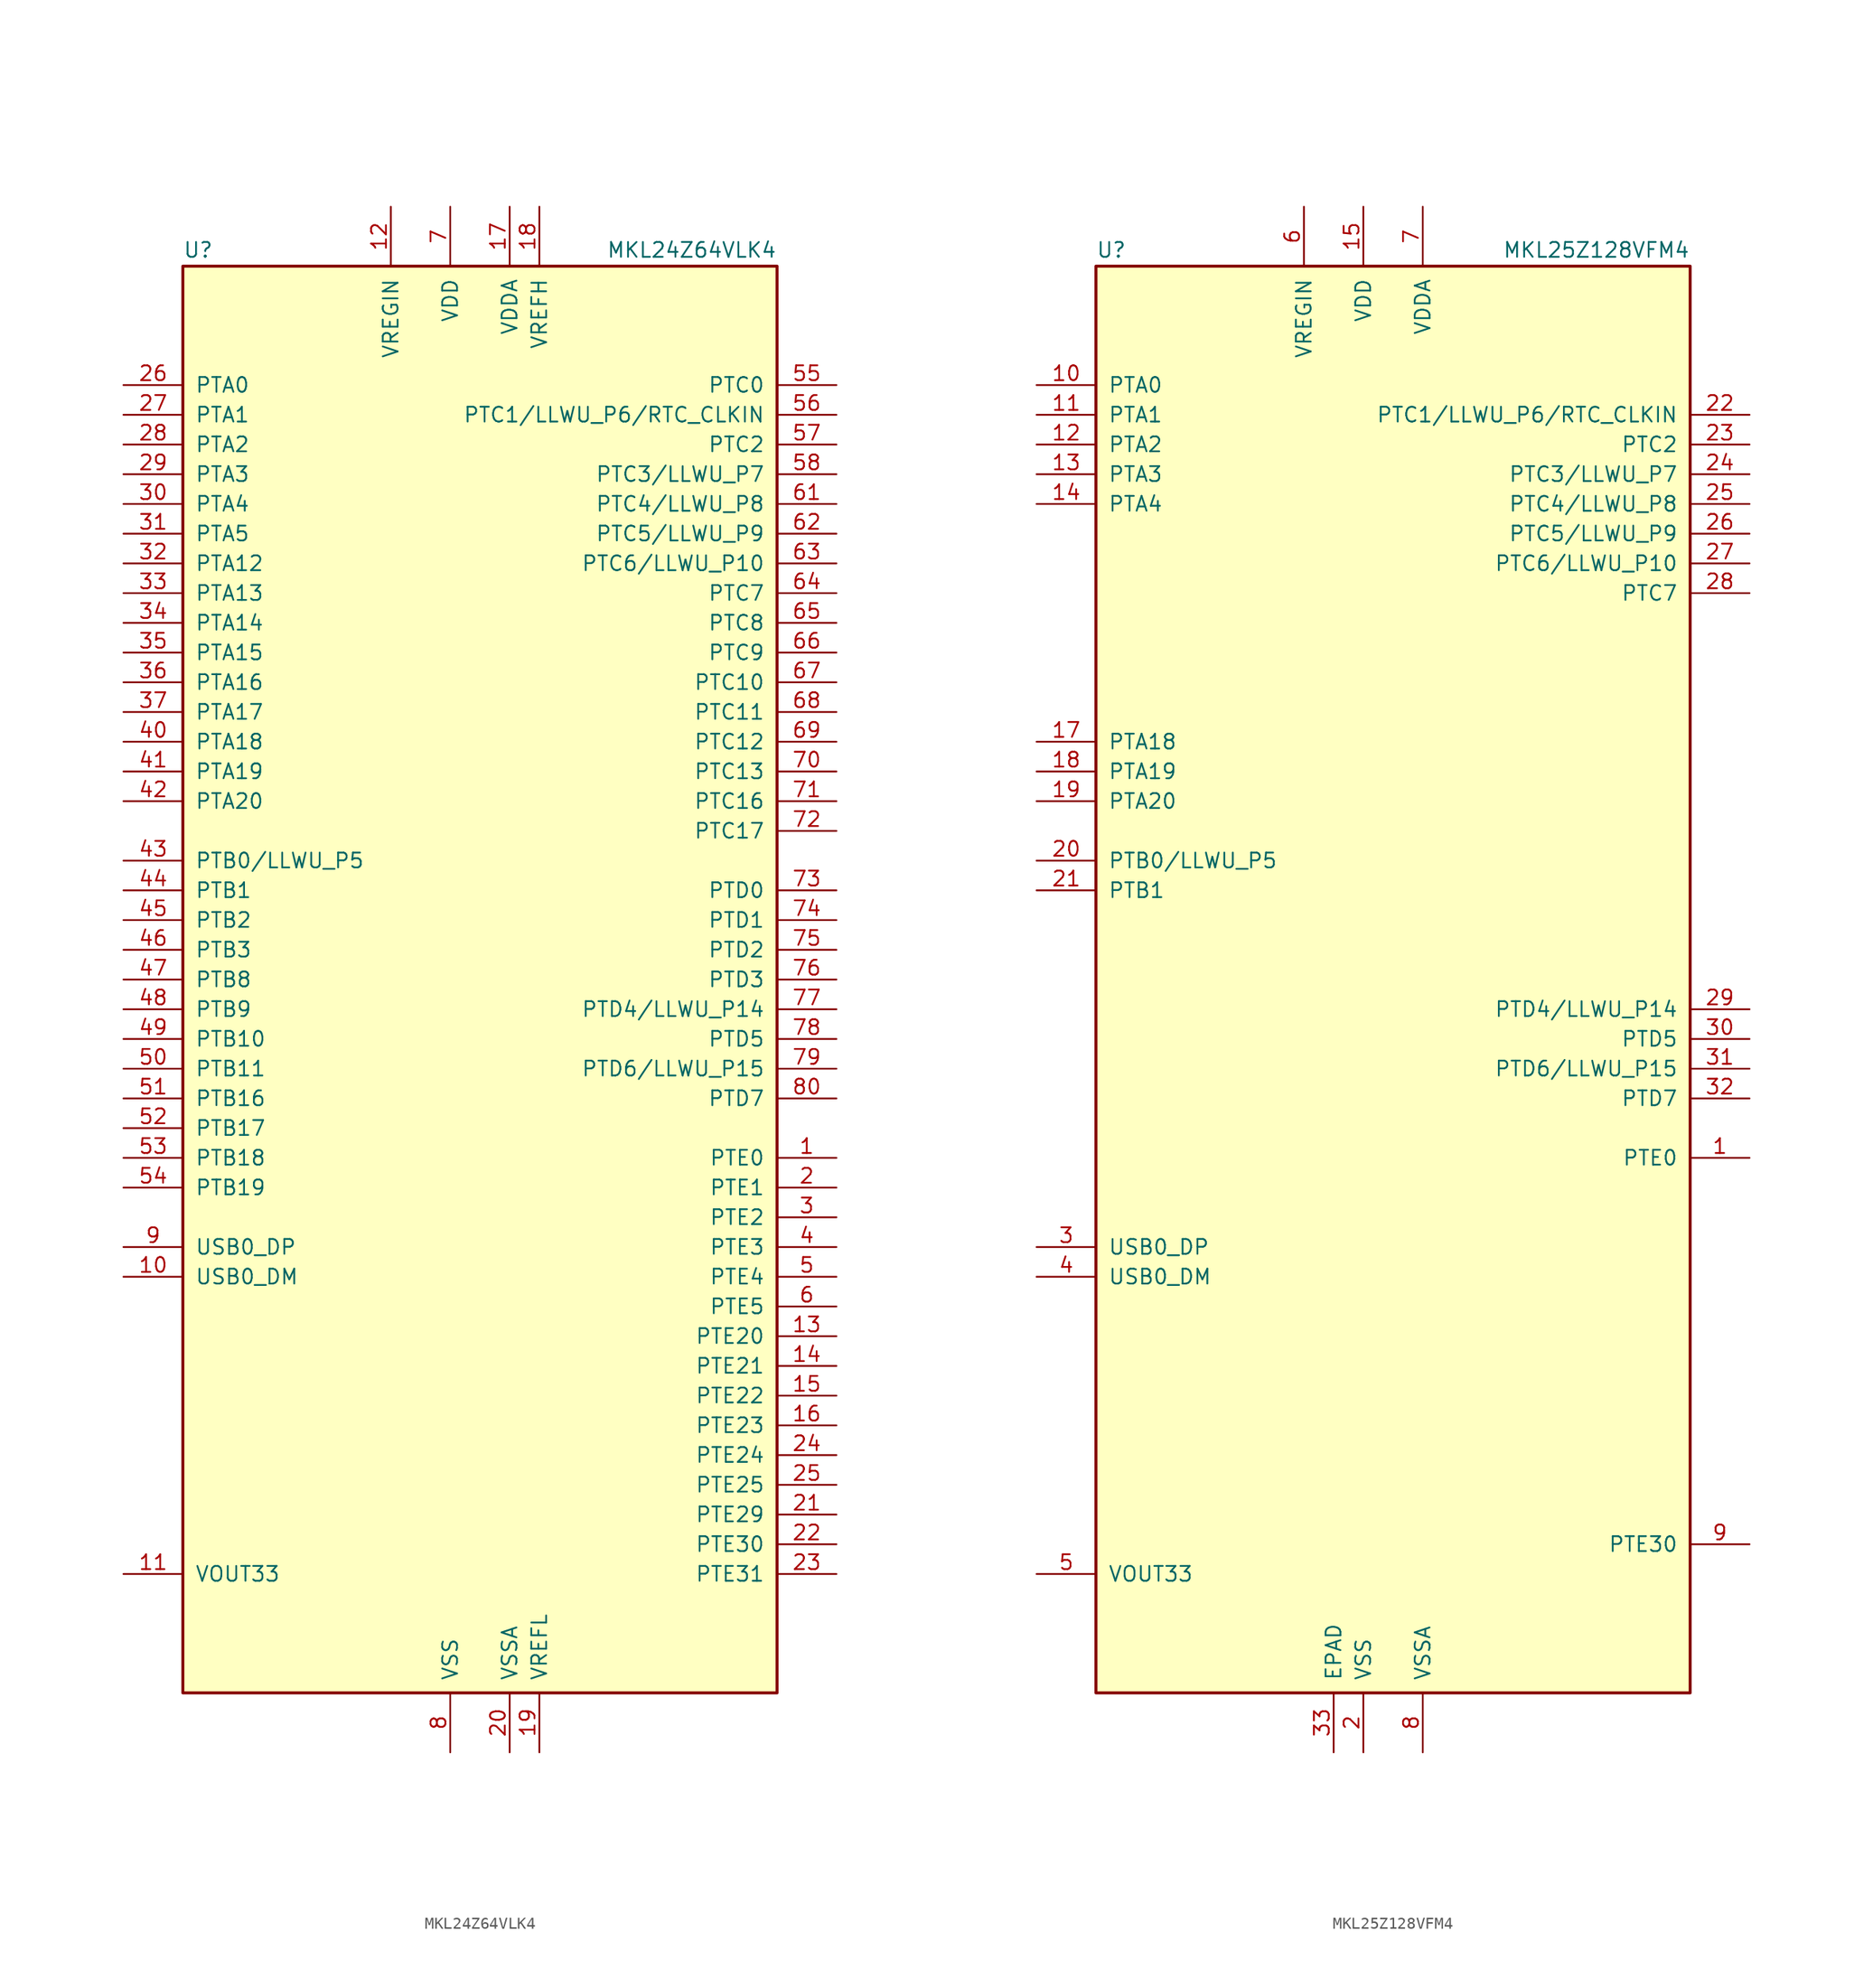
<source format=kicad_sym>
(kicad_symbol_lib
  (version 20241209)
  (generator "kicad_symbol_editor")
  (generator_version "9.0")
  (symbol "MKL24Z64VLK4"
    (pin_names
      (offset 1.016))
    (property "Reference" "U"
      (at -25.4 61.595 0)
      (effects (font (size 1.27 1.27)) (justify left bottom)))
    (property "Value" "MKL24Z64VLK4"
      (at 25.4 61.595 0)
      (effects (font (size 1.27 1.27)) (justify right bottom)))
    (symbol "MKL24Z64VLK4_0_1"
      (rectangle (start -25.4 60.96) (end 25.4 -60.96) (stroke (width 0.254) (type default)) (fill (type background))))
    (symbol "MKL24Z64VLK4_1_1"
      (pin bidirectional line (at -30.48 50.8 0) (length 5.08) (name "PTA0" (effects (font (size 1.27 1.27)))) (number "26" (effects (font (size 1.27 1.27)))))
      (pin bidirectional line (at -30.48 48.26 0) (length 5.08) (name "PTA1" (effects (font (size 1.27 1.27)))) (number "27" (effects (font (size 1.27 1.27)))))
      (pin bidirectional line (at -30.48 45.72 0) (length 5.08) (name "PTA2" (effects (font (size 1.27 1.27)))) (number "28" (effects (font (size 1.27 1.27)))))
      (pin bidirectional line (at -30.48 43.18 0) (length 5.08) (name "PTA3" (effects (font (size 1.27 1.27)))) (number "29" (effects (font (size 1.27 1.27)))))
      (pin bidirectional line (at -30.48 40.64 0) (length 5.08) (name "PTA4" (effects (font (size 1.27 1.27)))) (number "30" (effects (font (size 1.27 1.27)))))
      (pin bidirectional line (at -30.48 38.1 0) (length 5.08) (name "PTA5" (effects (font (size 1.27 1.27)))) (number "31" (effects (font (size 1.27 1.27)))))
      (pin bidirectional line (at -30.48 35.56 0) (length 5.08) (name "PTA12" (effects (font (size 1.27 1.27)))) (number "32" (effects (font (size 1.27 1.27)))))
      (pin bidirectional line (at -30.48 33.02 0) (length 5.08) (name "PTA13" (effects (font (size 1.27 1.27)))) (number "33" (effects (font (size 1.27 1.27)))))
      (pin bidirectional line (at -30.48 30.48 0) (length 5.08) (name "PTA14" (effects (font (size 1.27 1.27)))) (number "34" (effects (font (size 1.27 1.27)))))
      (pin bidirectional line (at -30.48 27.94 0) (length 5.08) (name "PTA15" (effects (font (size 1.27 1.27)))) (number "35" (effects (font (size 1.27 1.27)))))
      (pin bidirectional line (at -30.48 25.4 0) (length 5.08) (name "PTA16" (effects (font (size 1.27 1.27)))) (number "36" (effects (font (size 1.27 1.27)))))
      (pin bidirectional line (at -30.48 22.86 0) (length 5.08) (name "PTA17" (effects (font (size 1.27 1.27)))) (number "37" (effects (font (size 1.27 1.27)))))
      (pin bidirectional line (at -30.48 20.32 0) (length 5.08) (name "PTA18" (effects (font (size 1.27 1.27)))) (number "40" (effects (font (size 1.27 1.27)))))
      (pin bidirectional line (at -30.48 17.78 0) (length 5.08) (name "PTA19" (effects (font (size 1.27 1.27)))) (number "41" (effects (font (size 1.27 1.27)))))
      (pin bidirectional line (at -30.48 15.24 0) (length 5.08) (name "PTA20" (effects (font (size 1.27 1.27)))) (number "42" (effects (font (size 1.27 1.27)))))
      (pin bidirectional line (at -30.48 10.16 0) (length 5.08) (name "PTB0/LLWU_P5" (effects (font (size 1.27 1.27)))) (number "43" (effects (font (size 1.27 1.27)))))
      (pin bidirectional line (at -30.48 7.62 0) (length 5.08) (name "PTB1" (effects (font (size 1.27 1.27)))) (number "44" (effects (font (size 1.27 1.27)))))
      (pin bidirectional line (at -30.48 5.08 0) (length 5.08) (name "PTB2" (effects (font (size 1.27 1.27)))) (number "45" (effects (font (size 1.27 1.27)))))
      (pin bidirectional line (at -30.48 2.54 0) (length 5.08) (name "PTB3" (effects (font (size 1.27 1.27)))) (number "46" (effects (font (size 1.27 1.27)))))
      (pin bidirectional line (at -30.48 0 0) (length 5.08) (name "PTB8" (effects (font (size 1.27 1.27)))) (number "47" (effects (font (size 1.27 1.27)))))
      (pin bidirectional line (at -30.48 -2.54 0) (length 5.08) (name "PTB9" (effects (font (size 1.27 1.27)))) (number "48" (effects (font (size 1.27 1.27)))))
      (pin bidirectional line (at -30.48 -5.08 0) (length 5.08) (name "PTB10" (effects (font (size 1.27 1.27)))) (number "49" (effects (font (size 1.27 1.27)))))
      (pin bidirectional line (at -30.48 -7.62 0) (length 5.08) (name "PTB11" (effects (font (size 1.27 1.27)))) (number "50" (effects (font (size 1.27 1.27)))))
      (pin bidirectional line (at -30.48 -10.16 0) (length 5.08) (name "PTB16" (effects (font (size 1.27 1.27)))) (number "51" (effects (font (size 1.27 1.27)))))
      (pin bidirectional line (at -30.48 -12.7 0) (length 5.08) (name "PTB17" (effects (font (size 1.27 1.27)))) (number "52" (effects (font (size 1.27 1.27)))))
      (pin bidirectional line (at -30.48 -15.24 0) (length 5.08) (name "PTB18" (effects (font (size 1.27 1.27)))) (number "53" (effects (font (size 1.27 1.27)))))
      (pin bidirectional line (at -30.48 -17.78 0) (length 5.08) (name "PTB19" (effects (font (size 1.27 1.27)))) (number "54" (effects (font (size 1.27 1.27)))))
      (pin bidirectional line (at -30.48 -22.86 0) (length 5.08) (name "USB0_DP" (effects (font (size 1.27 1.27)))) (number "9" (effects (font (size 1.27 1.27)))))
      (pin bidirectional line (at -30.48 -25.4 0) (length 5.08) (name "USB0_DM" (effects (font (size 1.27 1.27)))) (number "10" (effects (font (size 1.27 1.27)))))
      (pin power_out line (at -30.48 -50.8 0) (length 5.08) (name "VOUT33" (effects (font (size 1.27 1.27)))) (number "11" (effects (font (size 1.27 1.27)))))
      (pin power_in line (at -7.62 66.04 270) (length 5.08) (name "VREGIN" (effects (font (size 1.27 1.27)))) (number "12" (effects (font (size 1.27 1.27)))))
      (pin passive line (at -2.54 66.04 270) (length 5.08) (hide yes) (name "VDD" (effects (font (size 1.27 1.27)))) (number "38" (effects (font (size 1.27 1.27)))))
      (pin passive line (at -2.54 66.04 270) (length 5.08) (hide yes) (name "VDD" (effects (font (size 1.27 1.27)))) (number "60" (effects (font (size 1.27 1.27)))))
      (pin power_in line (at -2.54 66.04 270) (length 5.08) (name "VDD" (effects (font (size 1.27 1.27)))) (number "7" (effects (font (size 1.27 1.27)))))
      (pin passive line (at -2.54 -66.04 90) (length 5.08) (hide yes) (name "VSS" (effects (font (size 1.27 1.27)))) (number "39" (effects (font (size 1.27 1.27)))))
      (pin passive line (at -2.54 -66.04 90) (length 5.08) (hide yes) (name "VSS" (effects (font (size 1.27 1.27)))) (number "59" (effects (font (size 1.27 1.27)))))
      (pin power_in line (at -2.54 -66.04 90) (length 5.08) (name "VSS" (effects (font (size 1.27 1.27)))) (number "8" (effects (font (size 1.27 1.27)))))
      (pin power_in line (at 2.54 66.04 270) (length 5.08) (name "VDDA" (effects (font (size 1.27 1.27)))) (number "17" (effects (font (size 1.27 1.27)))))
      (pin power_in line (at 2.54 -66.04 90) (length 5.08) (name "VSSA" (effects (font (size 1.27 1.27)))) (number "20" (effects (font (size 1.27 1.27)))))
      (pin power_in line (at 5.08 66.04 270) (length 5.08) (name "VREFH" (effects (font (size 1.27 1.27)))) (number "18" (effects (font (size 1.27 1.27)))))
      (pin power_in line (at 5.08 -66.04 90) (length 5.08) (name "VREFL" (effects (font (size 1.27 1.27)))) (number "19" (effects (font (size 1.27 1.27)))))
      (pin bidirectional line (at 30.48 50.8 180) (length 5.08) (name "PTC0" (effects (font (size 1.27 1.27)))) (number "55" (effects (font (size 1.27 1.27)))))
      (pin bidirectional line (at 30.48 48.26 180) (length 5.08) (name "PTC1/LLWU_P6/RTC_CLKIN" (effects (font (size 1.27 1.27)))) (number "56" (effects (font (size 1.27 1.27)))))
      (pin bidirectional line (at 30.48 45.72 180) (length 5.08) (name "PTC2" (effects (font (size 1.27 1.27)))) (number "57" (effects (font (size 1.27 1.27)))))
      (pin bidirectional line (at 30.48 43.18 180) (length 5.08) (name "PTC3/LLWU_P7" (effects (font (size 1.27 1.27)))) (number "58" (effects (font (size 1.27 1.27)))))
      (pin bidirectional line (at 30.48 40.64 180) (length 5.08) (name "PTC4/LLWU_P8" (effects (font (size 1.27 1.27)))) (number "61" (effects (font (size 1.27 1.27)))))
      (pin bidirectional line (at 30.48 38.1 180) (length 5.08) (name "PTC5/LLWU_P9" (effects (font (size 1.27 1.27)))) (number "62" (effects (font (size 1.27 1.27)))))
      (pin bidirectional line (at 30.48 35.56 180) (length 5.08) (name "PTC6/LLWU_P10" (effects (font (size 1.27 1.27)))) (number "63" (effects (font (size 1.27 1.27)))))
      (pin bidirectional line (at 30.48 33.02 180) (length 5.08) (name "PTC7" (effects (font (size 1.27 1.27)))) (number "64" (effects (font (size 1.27 1.27)))))
      (pin bidirectional line (at 30.48 30.48 180) (length 5.08) (name "PTC8" (effects (font (size 1.27 1.27)))) (number "65" (effects (font (size 1.27 1.27)))))
      (pin bidirectional line (at 30.48 27.94 180) (length 5.08) (name "PTC9" (effects (font (size 1.27 1.27)))) (number "66" (effects (font (size 1.27 1.27)))))
      (pin bidirectional line (at 30.48 25.4 180) (length 5.08) (name "PTC10" (effects (font (size 1.27 1.27)))) (number "67" (effects (font (size 1.27 1.27)))))
      (pin bidirectional line (at 30.48 22.86 180) (length 5.08) (name "PTC11" (effects (font (size 1.27 1.27)))) (number "68" (effects (font (size 1.27 1.27)))))
      (pin bidirectional line (at 30.48 20.32 180) (length 5.08) (name "PTC12" (effects (font (size 1.27 1.27)))) (number "69" (effects (font (size 1.27 1.27)))))
      (pin bidirectional line (at 30.48 17.78 180) (length 5.08) (name "PTC13" (effects (font (size 1.27 1.27)))) (number "70" (effects (font (size 1.27 1.27)))))
      (pin bidirectional line (at 30.48 15.24 180) (length 5.08) (name "PTC16" (effects (font (size 1.27 1.27)))) (number "71" (effects (font (size 1.27 1.27)))))
      (pin bidirectional line (at 30.48 12.7 180) (length 5.08) (name "PTC17" (effects (font (size 1.27 1.27)))) (number "72" (effects (font (size 1.27 1.27)))))
      (pin bidirectional line (at 30.48 7.62 180) (length 5.08) (name "PTD0" (effects (font (size 1.27 1.27)))) (number "73" (effects (font (size 1.27 1.27)))))
      (pin bidirectional line (at 30.48 5.08 180) (length 5.08) (name "PTD1" (effects (font (size 1.27 1.27)))) (number "74" (effects (font (size 1.27 1.27)))))
      (pin bidirectional line (at 30.48 2.54 180) (length 5.08) (name "PTD2" (effects (font (size 1.27 1.27)))) (number "75" (effects (font (size 1.27 1.27)))))
      (pin bidirectional line (at 30.48 0 180) (length 5.08) (name "PTD3" (effects (font (size 1.27 1.27)))) (number "76" (effects (font (size 1.27 1.27)))))
      (pin bidirectional line (at 30.48 -2.54 180) (length 5.08) (name "PTD4/LLWU_P14" (effects (font (size 1.27 1.27)))) (number "77" (effects (font (size 1.27 1.27)))))
      (pin bidirectional line (at 30.48 -5.08 180) (length 5.08) (name "PTD5" (effects (font (size 1.27 1.27)))) (number "78" (effects (font (size 1.27 1.27)))))
      (pin bidirectional line (at 30.48 -7.62 180) (length 5.08) (name "PTD6/LLWU_P15" (effects (font (size 1.27 1.27)))) (number "79" (effects (font (size 1.27 1.27)))))
      (pin bidirectional line (at 30.48 -10.16 180) (length 5.08) (name "PTD7" (effects (font (size 1.27 1.27)))) (number "80" (effects (font (size 1.27 1.27)))))
      (pin bidirectional line (at 30.48 -15.24 180) (length 5.08) (name "PTE0" (effects (font (size 1.27 1.27)))) (number "1" (effects (font (size 1.27 1.27)))))
      (pin bidirectional line (at 30.48 -17.78 180) (length 5.08) (name "PTE1" (effects (font (size 1.27 1.27)))) (number "2" (effects (font (size 1.27 1.27)))))
      (pin bidirectional line (at 30.48 -20.32 180) (length 5.08) (name "PTE2" (effects (font (size 1.27 1.27)))) (number "3" (effects (font (size 1.27 1.27)))))
      (pin bidirectional line (at 30.48 -22.86 180) (length 5.08) (name "PTE3" (effects (font (size 1.27 1.27)))) (number "4" (effects (font (size 1.27 1.27)))))
      (pin bidirectional line (at 30.48 -25.4 180) (length 5.08) (name "PTE4" (effects (font (size 1.27 1.27)))) (number "5" (effects (font (size 1.27 1.27)))))
      (pin bidirectional line (at 30.48 -27.94 180) (length 5.08) (name "PTE5" (effects (font (size 1.27 1.27)))) (number "6" (effects (font (size 1.27 1.27)))))
      (pin bidirectional line (at 30.48 -30.48 180) (length 5.08) (name "PTE20" (effects (font (size 1.27 1.27)))) (number "13" (effects (font (size 1.27 1.27)))))
      (pin bidirectional line (at 30.48 -33.02 180) (length 5.08) (name "PTE21" (effects (font (size 1.27 1.27)))) (number "14" (effects (font (size 1.27 1.27)))))
      (pin bidirectional line (at 30.48 -35.56 180) (length 5.08) (name "PTE22" (effects (font (size 1.27 1.27)))) (number "15" (effects (font (size 1.27 1.27)))))
      (pin bidirectional line (at 30.48 -38.1 180) (length 5.08) (name "PTE23" (effects (font (size 1.27 1.27)))) (number "16" (effects (font (size 1.27 1.27)))))
      (pin bidirectional line (at 30.48 -40.64 180) (length 5.08) (name "PTE24" (effects (font (size 1.27 1.27)))) (number "24" (effects (font (size 1.27 1.27)))))
      (pin bidirectional line (at 30.48 -43.18 180) (length 5.08) (name "PTE25" (effects (font (size 1.27 1.27)))) (number "25" (effects (font (size 1.27 1.27)))))
      (pin bidirectional line (at 30.48 -45.72 180) (length 5.08) (name "PTE29" (effects (font (size 1.27 1.27)))) (number "21" (effects (font (size 1.27 1.27)))))
      (pin bidirectional line (at 30.48 -48.26 180) (length 5.08) (name "PTE30" (effects (font (size 1.27 1.27)))) (number "22" (effects (font (size 1.27 1.27)))))
      (pin bidirectional line (at 30.48 -50.8 180) (length 5.08) (name "PTE31" (effects (font (size 1.27 1.27)))) (number "23" (effects (font (size 1.27 1.27)))))))
  (symbol "MKL25Z128VFM4"
    (pin_names
      (offset 1.016))
    (property "Reference" "U"
      (at -25.4 61.595 0)
      (effects (font (size 1.27 1.27)) (justify left bottom)))
    (property "Value" "MKL25Z128VFM4"
      (at 25.4 61.595 0)
      (effects (font (size 1.27 1.27)) (justify right bottom)))
    (symbol "MKL25Z128VFM4_0_1"
      (rectangle (start -25.4 60.96) (end 25.4 -60.96) (stroke (width 0.254) (type default)) (fill (type background))))
    (symbol "MKL25Z128VFM4_1_1"
      (pin bidirectional line (at -30.48 50.8 0) (length 5.08) (name "PTA0" (effects (font (size 1.27 1.27)))) (number "10" (effects (font (size 1.27 1.27)))))
      (pin bidirectional line (at -30.48 48.26 0) (length 5.08) (name "PTA1" (effects (font (size 1.27 1.27)))) (number "11" (effects (font (size 1.27 1.27)))))
      (pin bidirectional line (at -30.48 45.72 0) (length 5.08) (name "PTA2" (effects (font (size 1.27 1.27)))) (number "12" (effects (font (size 1.27 1.27)))))
      (pin bidirectional line (at -30.48 43.18 0) (length 5.08) (name "PTA3" (effects (font (size 1.27 1.27)))) (number "13" (effects (font (size 1.27 1.27)))))
      (pin bidirectional line (at -30.48 40.64 0) (length 5.08) (name "PTA4" (effects (font (size 1.27 1.27)))) (number "14" (effects (font (size 1.27 1.27)))))
      (pin bidirectional line (at -30.48 20.32 0) (length 5.08) (name "PTA18" (effects (font (size 1.27 1.27)))) (number "17" (effects (font (size 1.27 1.27)))))
      (pin bidirectional line (at -30.48 17.78 0) (length 5.08) (name "PTA19" (effects (font (size 1.27 1.27)))) (number "18" (effects (font (size 1.27 1.27)))))
      (pin bidirectional line (at -30.48 15.24 0) (length 5.08) (name "PTA20" (effects (font (size 1.27 1.27)))) (number "19" (effects (font (size 1.27 1.27)))))
      (pin bidirectional line (at -30.48 10.16 0) (length 5.08) (name "PTB0/LLWU_P5" (effects (font (size 1.27 1.27)))) (number "20" (effects (font (size 1.27 1.27)))))
      (pin bidirectional line (at -30.48 7.62 0) (length 5.08) (name "PTB1" (effects (font (size 1.27 1.27)))) (number "21" (effects (font (size 1.27 1.27)))))
      (pin bidirectional line (at -30.48 -22.86 0) (length 5.08) (name "USB0_DP" (effects (font (size 1.27 1.27)))) (number "3" (effects (font (size 1.27 1.27)))))
      (pin bidirectional line (at -30.48 -25.4 0) (length 5.08) (name "USB0_DM" (effects (font (size 1.27 1.27)))) (number "4" (effects (font (size 1.27 1.27)))))
      (pin power_out line (at -30.48 -50.8 0) (length 5.08) (name "VOUT33" (effects (font (size 1.27 1.27)))) (number "5" (effects (font (size 1.27 1.27)))))
      (pin power_in line (at -7.62 66.04 270) (length 5.08) (name "VREGIN" (effects (font (size 1.27 1.27)))) (number "6" (effects (font (size 1.27 1.27)))))
      (pin power_in line (at -5.08 -66.04 90) (length 5.08) (name "EPAD" (effects (font (size 1.27 1.27)))) (number "33" (effects (font (size 1.27 1.27)))))
      (pin power_in line (at -2.54 66.04 270) (length 5.08) (name "VDD" (effects (font (size 1.27 1.27)))) (number "15" (effects (font (size 1.27 1.27)))))
      (pin passive line (at -2.54 -66.04 90) (length 5.08) (hide yes) (name "VSS" (effects (font (size 1.27 1.27)))) (number "16" (effects (font (size 1.27 1.27)))))
      (pin power_in line (at -2.54 -66.04 90) (length 5.08) (name "VSS" (effects (font (size 1.27 1.27)))) (number "2" (effects (font (size 1.27 1.27)))))
      (pin power_in line (at 2.54 66.04 270) (length 5.08) (name "VDDA" (effects (font (size 1.27 1.27)))) (number "7" (effects (font (size 1.27 1.27)))))
      (pin power_in line (at 2.54 -66.04 90) (length 5.08) (name "VSSA" (effects (font (size 1.27 1.27)))) (number "8" (effects (font (size 1.27 1.27)))))
      (pin bidirectional line (at 30.48 48.26 180) (length 5.08) (name "PTC1/LLWU_P6/RTC_CLKIN" (effects (font (size 1.27 1.27)))) (number "22" (effects (font (size 1.27 1.27)))))
      (pin bidirectional line (at 30.48 45.72 180) (length 5.08) (name "PTC2" (effects (font (size 1.27 1.27)))) (number "23" (effects (font (size 1.27 1.27)))))
      (pin bidirectional line (at 30.48 43.18 180) (length 5.08) (name "PTC3/LLWU_P7" (effects (font (size 1.27 1.27)))) (number "24" (effects (font (size 1.27 1.27)))))
      (pin bidirectional line (at 30.48 40.64 180) (length 5.08) (name "PTC4/LLWU_P8" (effects (font (size 1.27 1.27)))) (number "25" (effects (font (size 1.27 1.27)))))
      (pin bidirectional line (at 30.48 38.1 180) (length 5.08) (name "PTC5/LLWU_P9" (effects (font (size 1.27 1.27)))) (number "26" (effects (font (size 1.27 1.27)))))
      (pin bidirectional line (at 30.48 35.56 180) (length 5.08) (name "PTC6/LLWU_P10" (effects (font (size 1.27 1.27)))) (number "27" (effects (font (size 1.27 1.27)))))
      (pin bidirectional line (at 30.48 33.02 180) (length 5.08) (name "PTC7" (effects (font (size 1.27 1.27)))) (number "28" (effects (font (size 1.27 1.27)))))
      (pin bidirectional line (at 30.48 -2.54 180) (length 5.08) (name "PTD4/LLWU_P14" (effects (font (size 1.27 1.27)))) (number "29" (effects (font (size 1.27 1.27)))))
      (pin bidirectional line (at 30.48 -5.08 180) (length 5.08) (name "PTD5" (effects (font (size 1.27 1.27)))) (number "30" (effects (font (size 1.27 1.27)))))
      (pin bidirectional line (at 30.48 -7.62 180) (length 5.08) (name "PTD6/LLWU_P15" (effects (font (size 1.27 1.27)))) (number "31" (effects (font (size 1.27 1.27)))))
      (pin bidirectional line (at 30.48 -10.16 180) (length 5.08) (name "PTD7" (effects (font (size 1.27 1.27)))) (number "32" (effects (font (size 1.27 1.27)))))
      (pin bidirectional line (at 30.48 -15.24 180) (length 5.08) (name "PTE0" (effects (font (size 1.27 1.27)))) (number "1" (effects (font (size 1.27 1.27)))))
      (pin bidirectional line (at 30.48 -48.26 180) (length 5.08) (name "PTE30" (effects (font (size 1.27 1.27)))) (number "9" (effects (font (size 1.27 1.27))))))))
</source>
